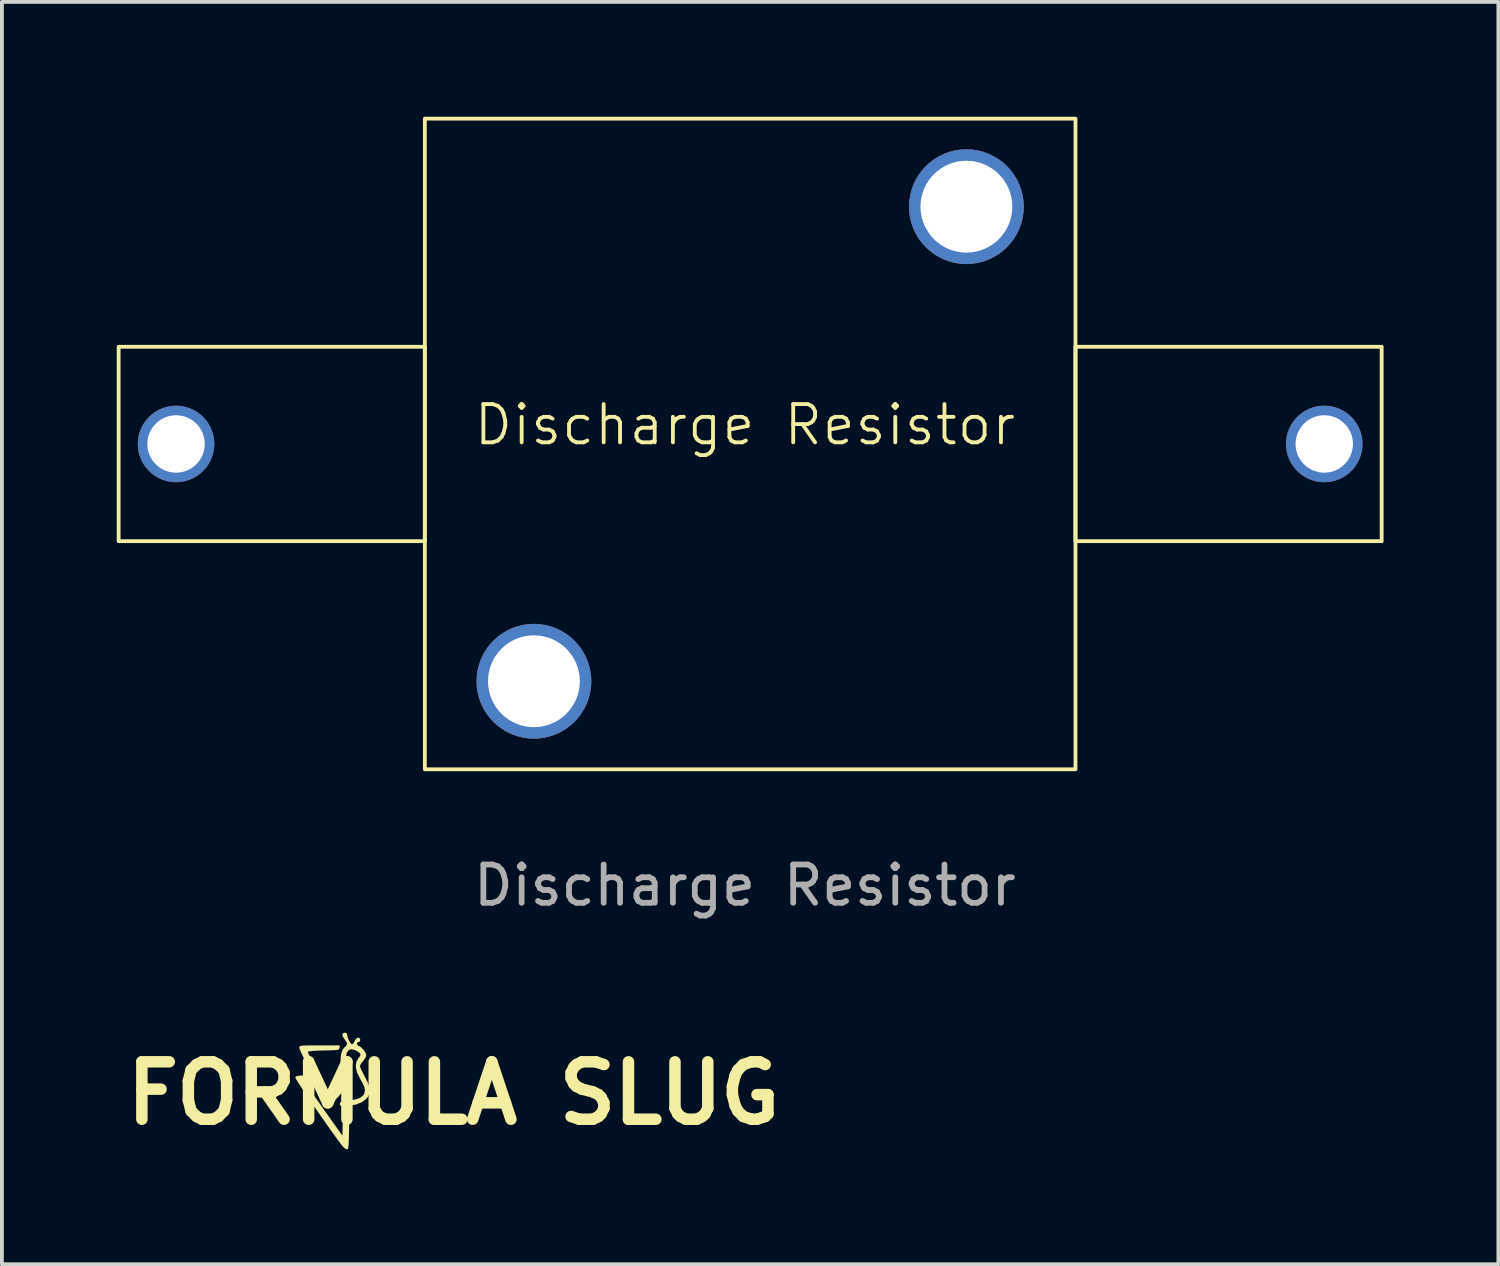
<source format=kicad_pcb>
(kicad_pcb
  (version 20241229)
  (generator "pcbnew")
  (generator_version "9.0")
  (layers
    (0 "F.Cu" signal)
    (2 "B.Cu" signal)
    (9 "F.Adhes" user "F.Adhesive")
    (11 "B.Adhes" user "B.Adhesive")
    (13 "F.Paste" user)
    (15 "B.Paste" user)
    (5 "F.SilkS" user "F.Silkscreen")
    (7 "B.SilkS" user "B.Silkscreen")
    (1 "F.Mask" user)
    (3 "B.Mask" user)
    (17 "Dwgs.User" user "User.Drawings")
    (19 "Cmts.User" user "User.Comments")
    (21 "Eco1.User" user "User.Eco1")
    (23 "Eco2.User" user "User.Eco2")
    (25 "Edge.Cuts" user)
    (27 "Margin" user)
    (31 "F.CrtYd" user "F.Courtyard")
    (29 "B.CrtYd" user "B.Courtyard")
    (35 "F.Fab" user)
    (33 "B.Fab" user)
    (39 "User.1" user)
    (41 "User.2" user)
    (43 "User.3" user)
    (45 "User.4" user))
  (footprint "Discharge Resistor"
    (layer "F.Cu")
    (at 16.413 8.55)
    (property "Reference" "Discharge Resistor" (at 0 -0.5 0) (unlocked yes) (layer "F.SilkS") (effects (font (size 1 1) (thickness 0.1))))
    (attr through_hole)
    (fp_rect (start -16.363 -2.54) (end -8.363 2.54) (stroke (width 0.1) (type default)) (fill no) (layer "F.SilkS"))
    (fp_rect (start -8.363 -8.5) (end 8.637 8.5) (stroke (width 0.1) (type default)) (fill no) (layer "F.SilkS"))
    (fp_rect (start 8.637 -2.54) (end 16.637 2.54) (stroke (width 0.1) (type default)) (fill no) (layer "F.SilkS"))
    (fp_text user "${REFERENCE}" (at 0 11.533 0) (unlocked yes) (layer "F.Fab") (effects (font (size 1 1) (thickness 0.15))))
    (pad "" np_thru_hole circle (at -5.513 6.2) (size 3 3) (drill 2.4) (layers "*.Cu" "*.Mask"))
    (pad "" np_thru_hole circle (at 5.787 -6.2) (size 3 3) (drill 2.4) (layers "*.Cu" "*.Mask"))
    (pad "1" thru_hole circle (at 15.137 0) (size 2 2) (drill 1.5) (layers "*.Cu" "*.Mask"))
    (pad "2" thru_hole circle (at -14.863 0) (size 2 2) (drill 1.5) (layers "*.Cu" "*.Mask")))
  (footprint "FORMULA SLUG"
    (layer "F.Cu")
    (at 8.8 25.515)
    (property "Reference" "FORMULA SLUG" (at 0 0 0) (layer "F.SilkS") (effects (font (size 1.5 1.5) (thickness 0.3))))
    (attr board_only exclude_from_pos_files exclude_from_bom)
    (fp_poly (pts (xy -2.979 -1.188) (xy -2.984 -1.164) (xy -2.998 -1.147) (xy -3.029 -1.135) (xy -3.086 -1.128) (xy -3.177 -1.123) (xy -3.31 -1.119) (xy -3.397 -1.118) (xy -3.565 -1.113) (xy -3.692 -1.105) (xy -3.775 -1.095) (xy -3.807 -1.083) (xy -3.807 -1.082) (xy -3.795 -1.048) (xy -3.76 -0.976) (xy -3.709 -0.876) (xy -3.646 -0.758) (xy -3.64 -0.748) (xy -3.559 -0.597) (xy -3.506 -0.489) (xy -3.481 -0.415) (xy -3.485 -0.369) (xy -3.519 -0.345) (xy -3.584 -0.335) (xy -3.68 -0.333) (xy -3.685 -0.333) (xy -3.792 -0.332) (xy -3.854 -0.326) (xy -3.88 -0.314) (xy -3.881 -0.292) (xy -3.879 -0.288) (xy -3.859 -0.255) (xy -3.811 -0.182) (xy -3.739 -0.076) (xy -3.647 0.057) (xy -3.539 0.211) (xy -3.42 0.38) (xy -3.383 0.433) (xy -2.904 1.108) (xy -2.896 0.793) (xy -2.889 0.634) (xy -2.877 0.524) (xy -2.856 0.457) (xy -2.826 0.428) (xy -2.783 0.429) (xy -2.768 0.433) (xy -2.752 0.445) (xy -2.74 0.471) (xy -2.732 0.517) (xy -2.728 0.594) (xy -2.727 0.706) (xy -2.728 0.863) (xy -2.73 0.955) (xy -2.733 1.136) (xy -2.737 1.268) (xy -2.743 1.36) (xy -2.751 1.419) (xy -2.761 1.451) (xy -2.776 1.465) (xy -2.783 1.467) (xy -2.827 1.451) (xy -2.885 1.399) (xy -2.91 1.37) (xy -2.988 1.267) (xy -3.083 1.137) (xy -3.192 0.985) (xy -3.311 0.818) (xy -3.435 0.641) (xy -3.561 0.46) (xy -3.684 0.282) (xy -3.8 0.111) (xy -3.905 -0.045) (xy -3.995 -0.181) (xy -4.066 -0.291) (xy -4.114 -0.368) (xy -4.135 -0.408) (xy -4.135 -0.412) (xy -4.121 -0.436) (xy -4.081 -0.452) (xy -4.006 -0.462) (xy -3.911 -0.467) (xy -3.81 -0.473) (xy -3.734 -0.481) (xy -3.698 -0.49) (xy -3.696 -0.492) (xy -3.708 -0.521) (xy -3.742 -0.59) (xy -3.792 -0.688) (xy -3.854 -0.806) (xy -3.863 -0.822) (xy -3.926 -0.946) (xy -3.979 -1.056) (xy -4.015 -1.141) (xy -4.029 -1.191) (xy -4.03 -1.193) (xy -4.028 -1.213) (xy -4.017 -1.228) (xy -3.991 -1.238) (xy -3.941 -1.245) (xy -3.86 -1.248) (xy -3.741 -1.25) (xy -3.577 -1.251) (xy -3.5 -1.251) (xy -2.97 -1.251)) (stroke (width 0) (type solid)) (fill yes) (layer "F.SilkS"))
    (fp_poly (pts (xy -2.788 -1.565) (xy -2.779 -1.529) (xy -2.767 -1.464) (xy -2.737 -1.388) (xy -2.699 -1.321) (xy -2.662 -1.282) (xy -2.651 -1.278) (xy -2.615 -1.301) (xy -2.598 -1.334) (xy -2.561 -1.408) (xy -2.512 -1.45) (xy -2.465 -1.449) (xy -2.458 -1.444) (xy -2.435 -1.398) (xy -2.449 -1.353) (xy -2.49 -1.334) (xy -2.524 -1.317) (xy -2.524 -1.28) (xy -2.493 -1.245) (xy -2.475 -1.237) (xy -2.412 -1.198) (xy -2.347 -1.131) (xy -2.298 -1.056) (xy -2.279 -0.995) (xy -2.296 -0.94) (xy -2.341 -0.87) (xy -2.362 -0.843) (xy -2.413 -0.778) (xy -2.442 -0.726) (xy -2.446 -0.712) (xy -2.433 -0.669) (xy -2.402 -0.596) (xy -2.373 -0.54) (xy -2.301 -0.401) (xy -2.251 -0.301) (xy -2.22 -0.227) (xy -2.203 -0.168) (xy -2.196 -0.114) (xy -2.195 -0.07) (xy -2.204 0.022) (xy -2.236 0.093) (xy -2.286 0.153) (xy -2.393 0.232) (xy -2.54 0.291) (xy -2.714 0.326) (xy -2.842 0.333) (xy -2.923 0.331) (xy -2.961 0.32) (xy -2.971 0.293) (xy -2.969 0.271) (xy -2.959 0.239) (xy -2.933 0.218) (xy -2.879 0.205) (xy -2.786 0.194) (xy -2.75 0.191) (xy -2.568 0.164) (xy -2.437 0.117) (xy -2.355 0.049) (xy -2.332 0.007) (xy -2.315 -0.066) (xy -2.325 -0.146) (xy -2.365 -0.244) (xy -2.437 -0.372) (xy -2.438 -0.374) (xy -2.522 -0.543) (xy -2.556 -0.692) (xy -2.539 -0.821) (xy -2.487 -0.912) (xy -2.441 -0.972) (xy -2.43 -1.012) (xy -2.449 -1.047) (xy -2.45 -1.047) (xy -2.501 -1.089) (xy -2.574 -1.129) (xy -2.578 -1.13) (xy -2.67 -1.151) (xy -2.741 -1.126) (xy -2.79 -1.054) (xy -2.819 -0.933) (xy -2.828 -0.762) (xy -2.822 -0.59) (xy -2.815 -0.418) (xy -2.822 -0.286) (xy -2.846 -0.177) (xy -2.89 -0.076) (xy -2.949 0.018) (xy -3.017 0.098) (xy -3.105 0.178) (xy -3.2 0.246) (xy -3.286 0.292) (xy -3.34 0.306) (xy -3.385 0.291) (xy -3.387 0.254) (xy -3.351 0.2) (xy -3.279 0.137) (xy -3.25 0.117) (xy -3.151 0.038) (xy -3.061 -0.058) (xy -3.028 -0.104) (xy -2.995 -0.156) (xy -2.973 -0.202) (xy -2.959 -0.252) (xy -2.952 -0.318) (xy -2.95 -0.411) (xy -2.951 -0.543) (xy -2.953 -0.624) (xy -2.954 -0.807) (xy -2.947 -0.945) (xy -2.932 -1.047) (xy -2.906 -1.122) (xy -2.866 -1.18) (xy -2.823 -1.221) (xy -2.785 -1.269) (xy -2.79 -1.325) (xy -2.838 -1.399) (xy -2.851 -1.416) (xy -2.899 -1.491) (xy -2.903 -1.549) (xy -2.866 -1.58) (xy -2.835 -1.584)) (stroke (width 0) (type solid)) (fill yes) (layer "F.SilkS")))
  (gr_rect
    (start -3 -3)
    (end 36.1 29.982)
    (stroke (width 0.1) (type default))
    (fill no)
    (layer "Edge.Cuts")))
</source>
